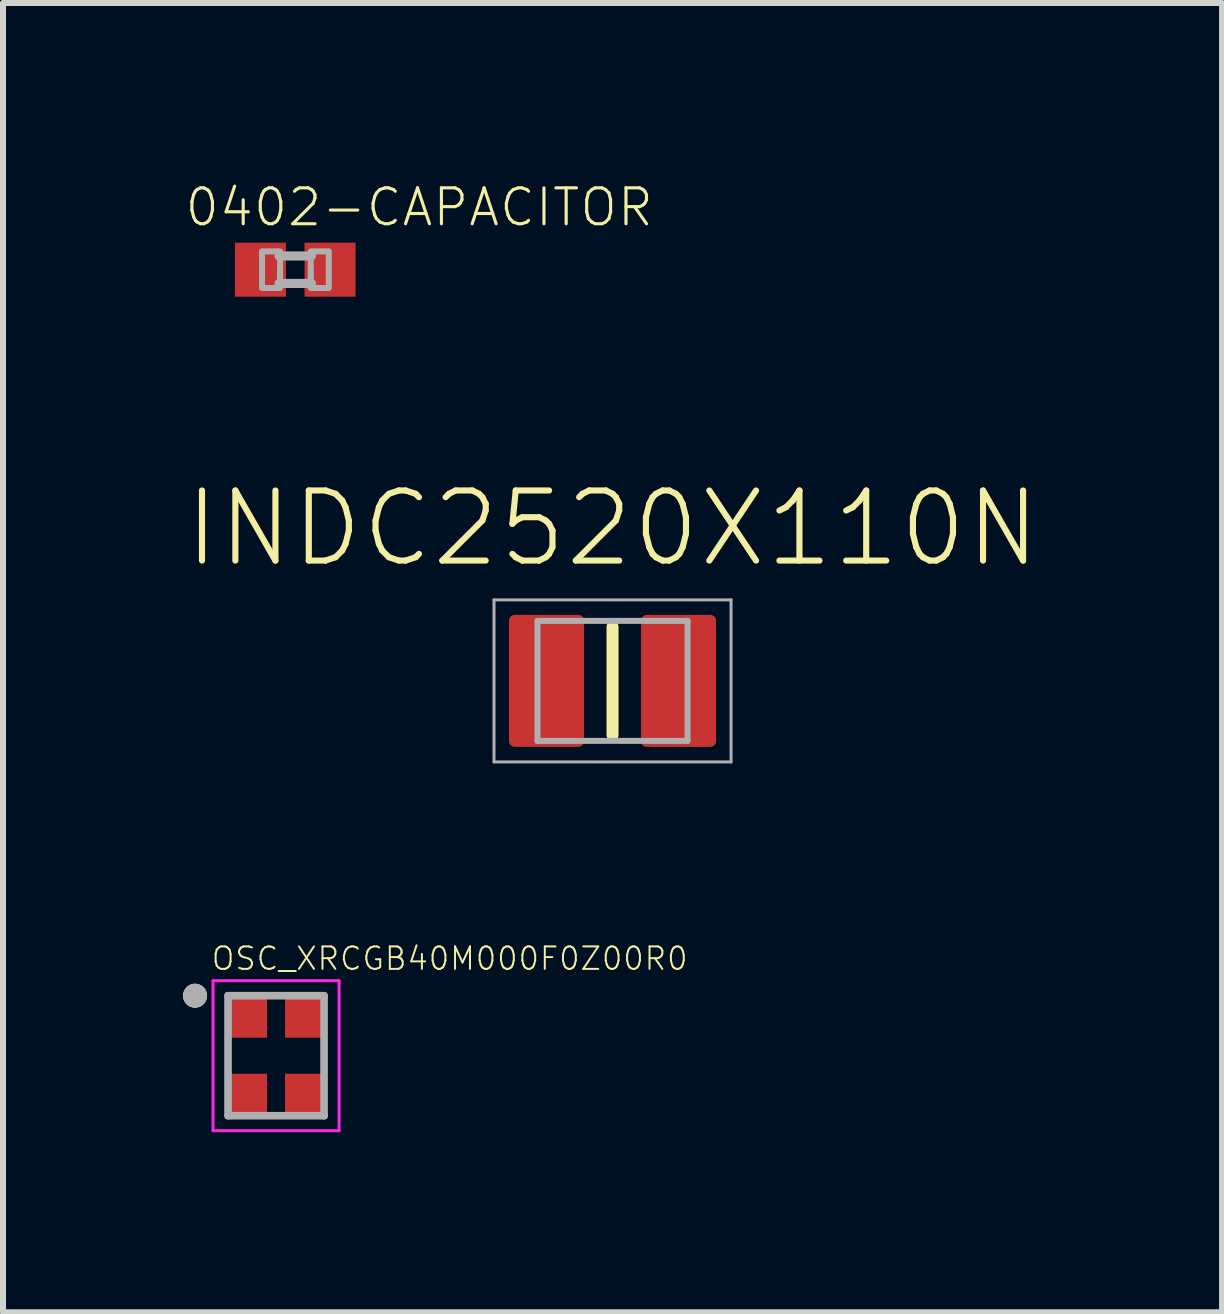
<source format=kicad_pcb>
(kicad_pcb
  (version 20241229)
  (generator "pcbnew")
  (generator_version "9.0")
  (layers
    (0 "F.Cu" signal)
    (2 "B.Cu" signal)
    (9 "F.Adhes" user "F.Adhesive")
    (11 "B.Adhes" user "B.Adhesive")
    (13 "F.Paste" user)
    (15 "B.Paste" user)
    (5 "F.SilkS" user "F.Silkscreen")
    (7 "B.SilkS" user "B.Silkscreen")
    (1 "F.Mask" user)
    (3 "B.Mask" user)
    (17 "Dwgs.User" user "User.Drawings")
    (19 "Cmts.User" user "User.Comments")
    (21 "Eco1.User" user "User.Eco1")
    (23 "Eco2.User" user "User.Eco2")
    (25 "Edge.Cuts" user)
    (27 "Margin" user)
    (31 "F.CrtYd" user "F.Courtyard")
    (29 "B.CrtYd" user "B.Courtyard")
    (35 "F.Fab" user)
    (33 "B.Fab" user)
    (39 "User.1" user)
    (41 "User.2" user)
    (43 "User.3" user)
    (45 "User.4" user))
  (footprint "OSC_XRCGB40M000F0Z00R0"
    (layer "F.Cu")
    (at 1.55 14.542)
    (property "Reference" "OSC_XRCGB40M000F0Z00R0" (at -1.1 -1.4 0) (unlocked yes) (layer "F.SilkS") (effects (font (size 0.374 0.374) (thickness 0.033)) (justify left bottom)))
    (fp_circle (center -1.35 -1) (end -1.25 -1) (stroke (width 0.2) (type solid)) (fill no) (layer "F.SilkS"))
    (fp_line (start -1.05 -1.25) (end 1.05 -1.25) (stroke (width 0.05) (type solid)) (layer "F.CrtYd"))
    (fp_line (start -1.05 1.25) (end -1.05 -1.25) (stroke (width 0.05) (type solid)) (layer "F.CrtYd"))
    (fp_line (start 1.05 -1.25) (end 1.05 1.25) (stroke (width 0.05) (type solid)) (layer "F.CrtYd"))
    (fp_line (start 1.05 1.25) (end -1.05 1.25) (stroke (width 0.05) (type solid)) (layer "F.CrtYd"))
    (fp_line (start -0.8 -1) (end 0.8 -1) (stroke (width 0.127) (type solid)) (layer "F.Fab"))
    (fp_line (start -0.8 1) (end -0.8 -1) (stroke (width 0.127) (type solid)) (layer "F.Fab"))
    (fp_line (start 0.8 -1) (end 0.8 1) (stroke (width 0.127) (type solid)) (layer "F.Fab"))
    (fp_line (start 0.8 1) (end -0.8 1) (stroke (width 0.127) (type solid)) (layer "F.Fab"))
    (fp_circle (center -1.35 -1) (end -1.25 -1) (stroke (width 0.2) (type solid)) (fill no) (layer "F.Fab"))
    (pad "1" smd rect (at -0.5 -0.675) (size 0.7 0.75) (layers "F.Cu" "F.Mask" "F.Paste"))
    (pad "2" smd rect (at -0.5 0.675) (size 0.7 0.75) (layers "F.Cu" "F.Mask" "F.Paste"))
    (pad "3" smd rect (at 0.5 0.675) (size 0.7 0.75) (layers "F.Cu" "F.Mask" "F.Paste"))
    (pad "4" smd rect (at 0.5 -0.675) (size 0.7 0.75) (layers "F.Cu" "F.Mask" "F.Paste")))
  (footprint "INDC2520X110N"
    (layer "F.Cu")
    (at 7.157 8.296)
    (property "Reference" "INDC2520X110N" (at 0 -2.54 0) (unlocked yes) (layer "F.SilkS") (effects (font (size 1.168 1.168) (thickness 0.102))))
    (fp_line (start 0 -0.9) (end 0 0.9) (stroke (width 0.2) (type solid)) (layer "F.SilkS"))
    (fp_line (start -1.975 -1.35) (end 1.975 -1.35) (stroke (width 0.05) (type solid)) (layer "F.Fab"))
    (fp_line (start -1.975 1.35) (end -1.975 -1.35) (stroke (width 0.05) (type solid)) (layer "F.Fab"))
    (fp_line (start -1.25 -1) (end 1.25 -1) (stroke (width 0.1) (type solid)) (layer "F.Fab"))
    (fp_line (start -1.25 1) (end -1.25 -1) (stroke (width 0.1) (type solid)) (layer "F.Fab"))
    (fp_line (start 1.25 -1) (end 1.25 1) (stroke (width 0.1) (type solid)) (layer "F.Fab"))
    (fp_line (start 1.25 1) (end -1.25 1) (stroke (width 0.1) (type solid)) (layer "F.Fab"))
    (fp_line (start 1.975 -1.35) (end 1.975 1.35) (stroke (width 0.05) (type solid)) (layer "F.Fab"))
    (fp_line (start 1.975 1.35) (end -1.975 1.35) (stroke (width 0.05) (type solid)) (layer "F.Fab"))
    (pad "1" smd roundrect (at -1.1 0 90) (size 2.2 1.25) (layers "F.Cu" "F.Mask" "F.Paste") (roundrect_rratio 0.075))
    (pad "2" smd roundrect (at 1.1 0 90) (size 2.2 1.25) (layers "F.Cu" "F.Mask" "F.Paste") (roundrect_rratio 0.075)))
  (footprint "0402-CAPACITOR"
    (layer "F.Cu")
    (at 1.87 1.444)
    (property "Reference" "0402-CAPACITOR" (at -1.87 -0.69 0) (unlocked yes) (layer "F.SilkS") (effects (font (size 0.598 0.598) (thickness 0.052)) (justify left bottom)))
    (fp_line (start -0.27 -0.229) (end 0.27 -0.229) (stroke (width 0.152) (type solid)) (layer "F.Fab"))
    (fp_line (start 0.27 0.229) (end -0.27 0.229) (stroke (width 0.152) (type solid)) (layer "F.Fab"))
    (fp_poly (pts (xy -0.554 0.305) (xy -0.254 0.305) (xy -0.254 -0.305) (xy -0.554 -0.305)) (stroke (width 0.1) (type default)) (fill no) (layer "F.Fab"))
    (fp_poly (pts (xy 0.259 0.305) (xy 0.559 0.305) (xy 0.559 -0.305) (xy 0.259 -0.305)) (stroke (width 0.1) (type default)) (fill no) (layer "F.Fab"))
    (pad "1" smd rect (at -0.58 0) (size 0.85 0.9) (layers "F.Cu" "F.Mask" "F.Paste"))
    (pad "2" smd rect (at 0.58 0) (size 0.85 0.9) (layers "F.Cu" "F.Mask" "F.Paste")))
  (gr_rect
    (start -3 -3)
    (end 17.314 18.817)
    (stroke (width 0.1) (type default))
    (fill no)
    (layer "Edge.Cuts")))
</source>
